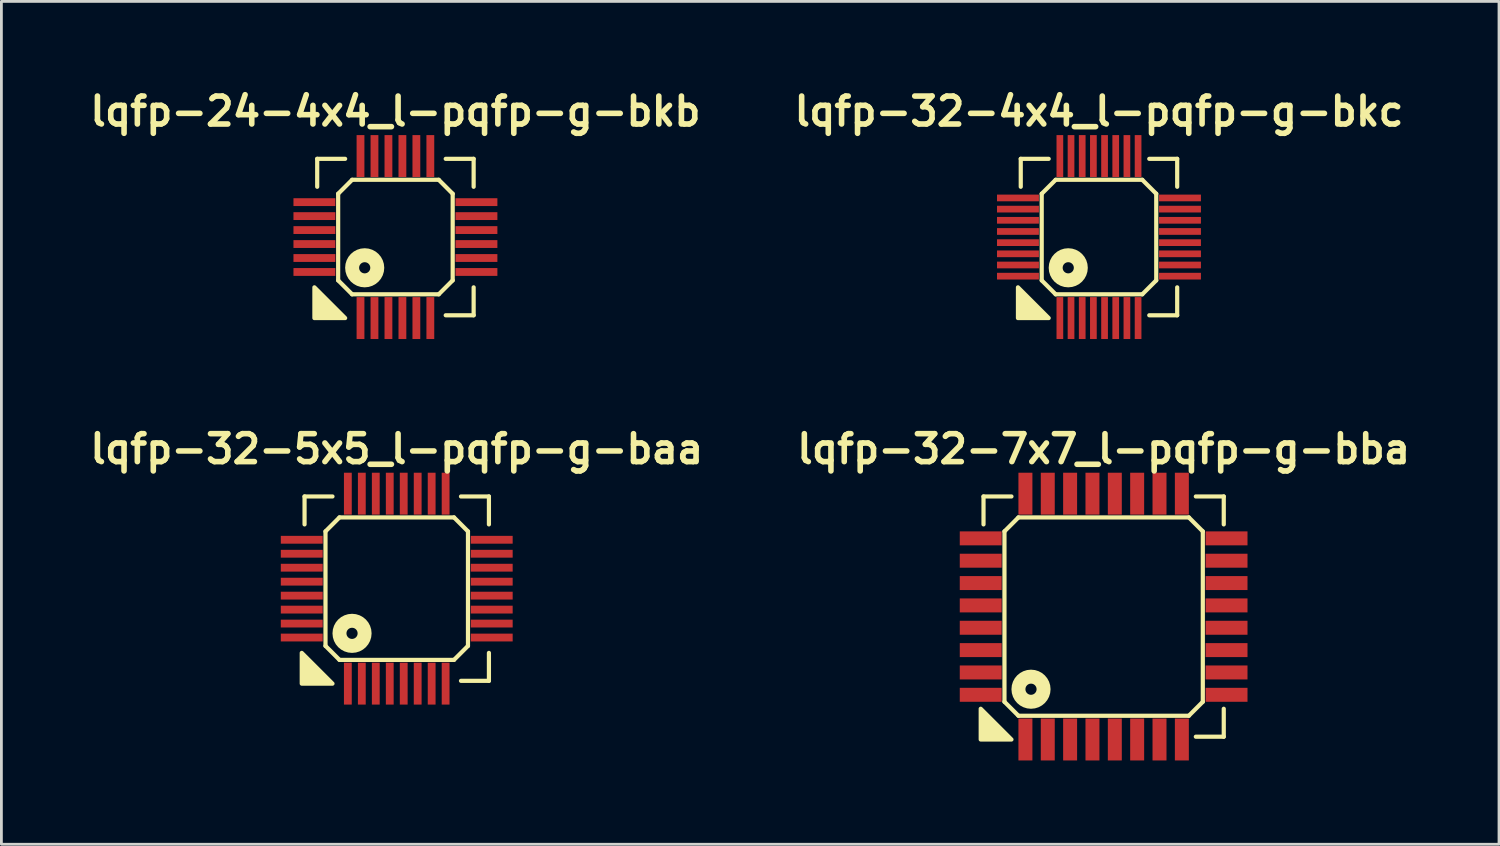
<source format=kicad_pcb>
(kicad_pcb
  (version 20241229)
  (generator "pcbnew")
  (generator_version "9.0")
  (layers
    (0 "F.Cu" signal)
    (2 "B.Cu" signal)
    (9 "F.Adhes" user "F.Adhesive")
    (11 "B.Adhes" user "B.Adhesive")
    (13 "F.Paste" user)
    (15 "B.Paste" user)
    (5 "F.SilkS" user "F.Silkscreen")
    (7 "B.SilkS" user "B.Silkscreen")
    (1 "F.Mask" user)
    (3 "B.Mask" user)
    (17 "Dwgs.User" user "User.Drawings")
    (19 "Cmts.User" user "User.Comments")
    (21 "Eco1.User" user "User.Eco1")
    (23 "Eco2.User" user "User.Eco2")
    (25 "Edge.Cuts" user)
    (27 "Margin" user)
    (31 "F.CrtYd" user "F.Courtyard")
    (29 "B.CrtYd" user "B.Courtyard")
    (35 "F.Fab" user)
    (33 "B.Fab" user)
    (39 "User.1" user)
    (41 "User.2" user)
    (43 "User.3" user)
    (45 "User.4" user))
  (footprint "lqfp-32-5x5_l-pqfp-g-baa"
    (layer "F.Cu")
    (at 11.152 18.022)
    (property "Reference" "lqfp-32-5x5_l-pqfp-g-baa" (at 0 -5 0) (layer "F.SilkS") (effects (font (size 1 1) (thickness 0.2))))
    (attr smd)
    (fp_line (start -3.3 -3.3) (end -2.3 -3.3) (stroke (width 0.15) (type solid)) (layer "F.SilkS"))
    (fp_line (start -3.3 -2.3) (end -3.3 -3.3) (stroke (width 0.15) (type solid)) (layer "F.SilkS"))
    (fp_line (start -2.55 -2.05) (end -2.05 -2.55) (stroke (width 0.15) (type solid)) (layer "F.SilkS"))
    (fp_line (start -2.55 2.05) (end -2.55 -2.05) (stroke (width 0.15) (type solid)) (layer "F.SilkS"))
    (fp_line (start -2.05 -2.55) (end 2.05 -2.55) (stroke (width 0.15) (type solid)) (layer "F.SilkS"))
    (fp_line (start -2.05 2.55) (end -2.55 2.05) (stroke (width 0.15) (type solid)) (layer "F.SilkS"))
    (fp_line (start 2.05 -2.55) (end 2.55 -2.05) (stroke (width 0.15) (type solid)) (layer "F.SilkS"))
    (fp_line (start 2.05 2.55) (end -2.05 2.55) (stroke (width 0.15) (type solid)) (layer "F.SilkS"))
    (fp_line (start 2.3 -3.3) (end 3.3 -3.3) (stroke (width 0.15) (type solid)) (layer "F.SilkS"))
    (fp_line (start 2.55 -2.05) (end 2.55 2.05) (stroke (width 0.15) (type solid)) (layer "F.SilkS"))
    (fp_line (start 2.55 2.05) (end 2.05 2.55) (stroke (width 0.15) (type solid)) (layer "F.SilkS"))
    (fp_line (start 3.3 -3.3) (end 3.3 -2.3) (stroke (width 0.15) (type solid)) (layer "F.SilkS"))
    (fp_line (start 3.3 2.3) (end 3.3 3.3) (stroke (width 0.15) (type solid)) (layer "F.SilkS"))
    (fp_line (start 3.3 3.3) (end 2.3 3.3) (stroke (width 0.15) (type solid)) (layer "F.SilkS"))
    (fp_circle (center -1.6 1.6) (end -1.4 1.6) (stroke (width 0.5) (type solid)) (fill no) (layer "F.SilkS"))
    (fp_poly (pts (xy -2.3 3.4) (xy -3.4 3.4) (xy -3.4 2.3)) (stroke (width 0.15) (type solid)) (fill yes) (layer "F.SilkS"))
    (pad "1" smd rect (at -1.75 3.4) (size 0.28 1.5) (layers "F.Cu" "F.Mask" "F.Paste"))
    (pad "2" smd rect (at -1.25 3.4) (size 0.28 1.5) (layers "F.Cu" "F.Mask" "F.Paste"))
    (pad "3" smd rect (at -0.75 3.4) (size 0.28 1.5) (layers "F.Cu" "F.Mask" "F.Paste"))
    (pad "4" smd rect (at -0.25 3.4) (size 0.28 1.5) (layers "F.Cu" "F.Mask" "F.Paste"))
    (pad "5" smd rect (at 0.25 3.4) (size 0.28 1.5) (layers "F.Cu" "F.Mask" "F.Paste"))
    (pad "6" smd rect (at 0.75 3.4) (size 0.28 1.5) (layers "F.Cu" "F.Mask" "F.Paste"))
    (pad "7" smd rect (at 1.25 3.4) (size 0.28 1.5) (layers "F.Cu" "F.Mask" "F.Paste"))
    (pad "8" smd rect (at 1.75 3.4) (size 0.28 1.5) (layers "F.Cu" "F.Mask" "F.Paste"))
    (pad "9" smd rect (at 3.4 1.75) (size 1.5 0.28) (layers "F.Cu" "F.Mask" "F.Paste"))
    (pad "10" smd rect (at 3.4 1.25) (size 1.5 0.28) (layers "F.Cu" "F.Mask" "F.Paste"))
    (pad "11" smd rect (at 3.4 0.75) (size 1.5 0.28) (layers "F.Cu" "F.Mask" "F.Paste"))
    (pad "12" smd rect (at 3.4 0.25) (size 1.5 0.28) (layers "F.Cu" "F.Mask" "F.Paste"))
    (pad "13" smd rect (at 3.4 -0.25) (size 1.5 0.28) (layers "F.Cu" "F.Mask" "F.Paste"))
    (pad "14" smd rect (at 3.4 -0.75) (size 1.5 0.28) (layers "F.Cu" "F.Mask" "F.Paste"))
    (pad "15" smd rect (at 3.4 -1.25) (size 1.5 0.28) (layers "F.Cu" "F.Mask" "F.Paste"))
    (pad "16" smd rect (at 3.4 -1.75) (size 1.5 0.28) (layers "F.Cu" "F.Mask" "F.Paste"))
    (pad "17" smd rect (at 1.75 -3.4) (size 0.28 1.5) (layers "F.Cu" "F.Mask" "F.Paste"))
    (pad "18" smd rect (at 1.25 -3.4) (size 0.28 1.5) (layers "F.Cu" "F.Mask" "F.Paste"))
    (pad "19" smd rect (at 0.75 -3.4) (size 0.28 1.5) (layers "F.Cu" "F.Mask" "F.Paste"))
    (pad "20" smd rect (at 0.25 -3.4) (size 0.28 1.5) (layers "F.Cu" "F.Mask" "F.Paste"))
    (pad "21" smd rect (at -0.25 -3.4) (size 0.28 1.5) (layers "F.Cu" "F.Mask" "F.Paste"))
    (pad "22" smd rect (at -0.75 -3.4) (size 0.28 1.5) (layers "F.Cu" "F.Mask" "F.Paste"))
    (pad "23" smd rect (at -1.25 -3.4) (size 0.28 1.5) (layers "F.Cu" "F.Mask" "F.Paste"))
    (pad "24" smd rect (at -1.75 -3.4) (size 0.28 1.5) (layers "F.Cu" "F.Mask" "F.Paste"))
    (pad "25" smd rect (at -3.4 -1.75) (size 1.5 0.28) (layers "F.Cu" "F.Mask" "F.Paste"))
    (pad "26" smd rect (at -3.4 -1.25) (size 1.5 0.28) (layers "F.Cu" "F.Mask" "F.Paste"))
    (pad "27" smd rect (at -3.4 -0.75) (size 1.5 0.28) (layers "F.Cu" "F.Mask" "F.Paste"))
    (pad "28" smd rect (at -3.4 -0.25) (size 1.5 0.28) (layers "F.Cu" "F.Mask" "F.Paste"))
    (pad "29" smd rect (at -3.4 0.25) (size 1.5 0.28) (layers "F.Cu" "F.Mask" "F.Paste"))
    (pad "30" smd rect (at -3.4 0.75) (size 1.5 0.28) (layers "F.Cu" "F.Mask" "F.Paste"))
    (pad "31" smd rect (at -3.4 1.25) (size 1.5 0.28) (layers "F.Cu" "F.Mask" "F.Paste"))
    (pad "32" smd rect (at -3.4 1.75) (size 1.5 0.28) (layers "F.Cu" "F.Mask" "F.Paste")))
  (footprint "lqfp-24-4x4_l-pqfp-g-bkb"
    (layer "F.Cu")
    (at 11.105 5.436)
    (property "Reference" "lqfp-24-4x4_l-pqfp-g-bkb" (at 0 -4.5 0) (layer "F.SilkS") (effects (font (size 1 1) (thickness 0.2))))
    (attr smd)
    (fp_line (start -2.8 -2.8) (end -1.8 -2.8) (stroke (width 0.15) (type solid)) (layer "F.SilkS"))
    (fp_line (start -2.8 -1.8) (end -2.8 -2.8) (stroke (width 0.15) (type solid)) (layer "F.SilkS"))
    (fp_line (start -2.05 -1.55) (end -1.55 -2.05) (stroke (width 0.15) (type solid)) (layer "F.SilkS"))
    (fp_line (start -2.05 1.55) (end -2.05 -1.55) (stroke (width 0.15) (type solid)) (layer "F.SilkS"))
    (fp_line (start -1.55 -2.05) (end 1.55 -2.05) (stroke (width 0.15) (type solid)) (layer "F.SilkS"))
    (fp_line (start -1.55 2.05) (end -2.05 1.55) (stroke (width 0.15) (type solid)) (layer "F.SilkS"))
    (fp_line (start 1.55 -2.05) (end 2.05 -1.55) (stroke (width 0.15) (type solid)) (layer "F.SilkS"))
    (fp_line (start 1.55 2.05) (end -1.55 2.05) (stroke (width 0.15) (type solid)) (layer "F.SilkS"))
    (fp_line (start 1.8 -2.8) (end 2.8 -2.8) (stroke (width 0.15) (type solid)) (layer "F.SilkS"))
    (fp_line (start 2.05 -1.55) (end 2.05 1.55) (stroke (width 0.15) (type solid)) (layer "F.SilkS"))
    (fp_line (start 2.05 1.55) (end 1.55 2.05) (stroke (width 0.15) (type solid)) (layer "F.SilkS"))
    (fp_line (start 2.8 -2.8) (end 2.8 -1.8) (stroke (width 0.15) (type solid)) (layer "F.SilkS"))
    (fp_line (start 2.8 1.8) (end 2.8 2.8) (stroke (width 0.15) (type solid)) (layer "F.SilkS"))
    (fp_line (start 2.8 2.8) (end 1.8 2.8) (stroke (width 0.15) (type solid)) (layer "F.SilkS"))
    (fp_circle (center -1.1 1.1) (end -0.9 1.1) (stroke (width 0.5) (type solid)) (fill no) (layer "F.SilkS"))
    (fp_poly (pts (xy -1.8 2.9) (xy -2.9 2.9) (xy -2.9 1.8)) (stroke (width 0.15) (type solid)) (fill yes) (layer "F.SilkS"))
    (pad "1" smd rect (at -1.25 2.9) (size 0.28 1.5) (layers "F.Cu" "F.Mask" "F.Paste"))
    (pad "2" smd rect (at -0.75 2.9) (size 0.28 1.5) (layers "F.Cu" "F.Mask" "F.Paste"))
    (pad "3" smd rect (at -0.25 2.9) (size 0.28 1.5) (layers "F.Cu" "F.Mask" "F.Paste"))
    (pad "4" smd rect (at 0.25 2.9) (size 0.28 1.5) (layers "F.Cu" "F.Mask" "F.Paste"))
    (pad "5" smd rect (at 0.75 2.9) (size 0.28 1.5) (layers "F.Cu" "F.Mask" "F.Paste"))
    (pad "6" smd rect (at 1.25 2.9) (size 0.28 1.5) (layers "F.Cu" "F.Mask" "F.Paste"))
    (pad "7" smd rect (at 2.9 1.25) (size 1.5 0.28) (layers "F.Cu" "F.Mask" "F.Paste"))
    (pad "8" smd rect (at 2.9 0.75) (size 1.5 0.28) (layers "F.Cu" "F.Mask" "F.Paste"))
    (pad "9" smd rect (at 2.9 0.25) (size 1.5 0.28) (layers "F.Cu" "F.Mask" "F.Paste"))
    (pad "10" smd rect (at 2.9 -0.25) (size 1.5 0.28) (layers "F.Cu" "F.Mask" "F.Paste"))
    (pad "11" smd rect (at 2.9 -0.75) (size 1.5 0.28) (layers "F.Cu" "F.Mask" "F.Paste"))
    (pad "12" smd rect (at 2.9 -1.25) (size 1.5 0.28) (layers "F.Cu" "F.Mask" "F.Paste"))
    (pad "13" smd rect (at 1.25 -2.9) (size 0.28 1.5) (layers "F.Cu" "F.Mask" "F.Paste"))
    (pad "14" smd rect (at 0.75 -2.9) (size 0.28 1.5) (layers "F.Cu" "F.Mask" "F.Paste"))
    (pad "15" smd rect (at 0.25 -2.9) (size 0.28 1.5) (layers "F.Cu" "F.Mask" "F.Paste"))
    (pad "16" smd rect (at -0.25 -2.9) (size 0.28 1.5) (layers "F.Cu" "F.Mask" "F.Paste"))
    (pad "17" smd rect (at -0.75 -2.9) (size 0.28 1.5) (layers "F.Cu" "F.Mask" "F.Paste"))
    (pad "18" smd rect (at -1.25 -2.9) (size 0.28 1.5) (layers "F.Cu" "F.Mask" "F.Paste"))
    (pad "19" smd rect (at -2.9 -1.25) (size 1.5 0.28) (layers "F.Cu" "F.Mask" "F.Paste"))
    (pad "20" smd rect (at -2.9 -0.75) (size 1.5 0.28) (layers "F.Cu" "F.Mask" "F.Paste"))
    (pad "21" smd rect (at -2.9 -0.25) (size 1.5 0.28) (layers "F.Cu" "F.Mask" "F.Paste"))
    (pad "22" smd rect (at -2.9 0.25) (size 1.5 0.28) (layers "F.Cu" "F.Mask" "F.Paste"))
    (pad "23" smd rect (at -2.9 0.75) (size 1.5 0.28) (layers "F.Cu" "F.Mask" "F.Paste"))
    (pad "24" smd rect (at -2.9 1.25) (size 1.5 0.28) (layers "F.Cu" "F.Mask" "F.Paste")))
  (footprint "lqfp-32-7x7_l-pqfp-g-bba"
    (layer "F.Cu")
    (at 36.457 19.022)
    (property "Reference" "lqfp-32-7x7_l-pqfp-g-bba" (at 0 -6 0) (layer "F.SilkS") (effects (font (size 1 1) (thickness 0.2))))
    (attr smd)
    (fp_line (start -4.3 -4.3) (end -3.3 -4.3) (stroke (width 0.15) (type solid)) (layer "F.SilkS"))
    (fp_line (start -4.3 -3.3) (end -4.3 -4.3) (stroke (width 0.15) (type solid)) (layer "F.SilkS"))
    (fp_line (start -3.55 -3.05) (end -3.05 -3.55) (stroke (width 0.15) (type solid)) (layer "F.SilkS"))
    (fp_line (start -3.55 3.05) (end -3.55 -3.05) (stroke (width 0.15) (type solid)) (layer "F.SilkS"))
    (fp_line (start -3.05 -3.55) (end 3.05 -3.55) (stroke (width 0.15) (type solid)) (layer "F.SilkS"))
    (fp_line (start -3.05 3.55) (end -3.55 3.05) (stroke (width 0.15) (type solid)) (layer "F.SilkS"))
    (fp_line (start 3.05 -3.55) (end 3.55 -3.05) (stroke (width 0.15) (type solid)) (layer "F.SilkS"))
    (fp_line (start 3.05 3.55) (end -3.05 3.55) (stroke (width 0.15) (type solid)) (layer "F.SilkS"))
    (fp_line (start 3.3 -4.3) (end 4.3 -4.3) (stroke (width 0.15) (type solid)) (layer "F.SilkS"))
    (fp_line (start 3.55 -3.05) (end 3.55 3.05) (stroke (width 0.15) (type solid)) (layer "F.SilkS"))
    (fp_line (start 3.55 3.05) (end 3.05 3.55) (stroke (width 0.15) (type solid)) (layer "F.SilkS"))
    (fp_line (start 4.3 -4.3) (end 4.3 -3.3) (stroke (width 0.15) (type solid)) (layer "F.SilkS"))
    (fp_line (start 4.3 3.3) (end 4.3 4.3) (stroke (width 0.15) (type solid)) (layer "F.SilkS"))
    (fp_line (start 4.3 4.3) (end 3.3 4.3) (stroke (width 0.15) (type solid)) (layer "F.SilkS"))
    (fp_circle (center -2.6 2.6) (end -2.4 2.6) (stroke (width 0.5) (type solid)) (fill no) (layer "F.SilkS"))
    (fp_poly (pts (xy -3.3 4.4) (xy -4.4 4.4) (xy -4.4 3.3)) (stroke (width 0.15) (type solid)) (fill yes) (layer "F.SilkS"))
    (pad "1" smd rect (at -2.8 4.4) (size 0.5 1.5) (layers "F.Cu" "F.Mask" "F.Paste"))
    (pad "2" smd rect (at -2 4.4) (size 0.5 1.5) (layers "F.Cu" "F.Mask" "F.Paste"))
    (pad "3" smd rect (at -1.2 4.4) (size 0.5 1.5) (layers "F.Cu" "F.Mask" "F.Paste"))
    (pad "4" smd rect (at -0.4 4.4) (size 0.5 1.5) (layers "F.Cu" "F.Mask" "F.Paste"))
    (pad "5" smd rect (at 0.4 4.4) (size 0.5 1.5) (layers "F.Cu" "F.Mask" "F.Paste"))
    (pad "6" smd rect (at 1.2 4.4) (size 0.5 1.5) (layers "F.Cu" "F.Mask" "F.Paste"))
    (pad "7" smd rect (at 2 4.4) (size 0.5 1.5) (layers "F.Cu" "F.Mask" "F.Paste"))
    (pad "8" smd rect (at 2.8 4.4) (size 0.5 1.5) (layers "F.Cu" "F.Mask" "F.Paste"))
    (pad "9" smd rect (at 4.4 2.8) (size 1.5 0.5) (layers "F.Cu" "F.Mask" "F.Paste"))
    (pad "10" smd rect (at 4.4 2) (size 1.5 0.5) (layers "F.Cu" "F.Mask" "F.Paste"))
    (pad "11" smd rect (at 4.4 1.2) (size 1.5 0.5) (layers "F.Cu" "F.Mask" "F.Paste"))
    (pad "12" smd rect (at 4.4 0.4) (size 1.5 0.5) (layers "F.Cu" "F.Mask" "F.Paste"))
    (pad "13" smd rect (at 4.4 -0.4) (size 1.5 0.5) (layers "F.Cu" "F.Mask" "F.Paste"))
    (pad "14" smd rect (at 4.4 -1.2) (size 1.5 0.5) (layers "F.Cu" "F.Mask" "F.Paste"))
    (pad "15" smd rect (at 4.4 -2) (size 1.5 0.5) (layers "F.Cu" "F.Mask" "F.Paste"))
    (pad "16" smd rect (at 4.4 -2.8) (size 1.5 0.5) (layers "F.Cu" "F.Mask" "F.Paste"))
    (pad "17" smd rect (at 2.8 -4.4) (size 0.5 1.5) (layers "F.Cu" "F.Mask" "F.Paste"))
    (pad "18" smd rect (at 2 -4.4) (size 0.5 1.5) (layers "F.Cu" "F.Mask" "F.Paste"))
    (pad "19" smd rect (at 1.2 -4.4) (size 0.5 1.5) (layers "F.Cu" "F.Mask" "F.Paste"))
    (pad "20" smd rect (at 0.4 -4.4) (size 0.5 1.5) (layers "F.Cu" "F.Mask" "F.Paste"))
    (pad "21" smd rect (at -0.4 -4.4) (size 0.5 1.5) (layers "F.Cu" "F.Mask" "F.Paste"))
    (pad "22" smd rect (at -1.2 -4.4) (size 0.5 1.5) (layers "F.Cu" "F.Mask" "F.Paste"))
    (pad "23" smd rect (at -2 -4.4) (size 0.5 1.5) (layers "F.Cu" "F.Mask" "F.Paste"))
    (pad "24" smd rect (at -2.8 -4.4) (size 0.5 1.5) (layers "F.Cu" "F.Mask" "F.Paste"))
    (pad "25" smd rect (at -4.4 -2.8) (size 1.5 0.5) (layers "F.Cu" "F.Mask" "F.Paste"))
    (pad "26" smd rect (at -4.4 -2) (size 1.5 0.5) (layers "F.Cu" "F.Mask" "F.Paste"))
    (pad "27" smd rect (at -4.4 -1.2) (size 1.5 0.5) (layers "F.Cu" "F.Mask" "F.Paste"))
    (pad "28" smd rect (at -4.4 -0.4) (size 1.5 0.5) (layers "F.Cu" "F.Mask" "F.Paste"))
    (pad "29" smd rect (at -4.4 0.4) (size 1.5 0.5) (layers "F.Cu" "F.Mask" "F.Paste"))
    (pad "30" smd rect (at -4.4 1.2) (size 1.5 0.5) (layers "F.Cu" "F.Mask" "F.Paste"))
    (pad "31" smd rect (at -4.4 2) (size 1.5 0.5) (layers "F.Cu" "F.Mask" "F.Paste"))
    (pad "32" smd rect (at -4.4 2.8) (size 1.5 0.5) (layers "F.Cu" "F.Mask" "F.Paste")))
  (footprint "lqfp-32-4x4_l-pqfp-g-bkc"
    (layer "F.Cu")
    (at 36.29 5.436)
    (property "Reference" "lqfp-32-4x4_l-pqfp-g-bkc" (at 0 -4.5 0) (layer "F.SilkS") (effects (font (size 1 1) (thickness 0.2))))
    (attr smd)
    (fp_line (start -2.8 -2.8) (end -1.8 -2.8) (stroke (width 0.15) (type solid)) (layer "F.SilkS"))
    (fp_line (start -2.8 -1.8) (end -2.8 -2.8) (stroke (width 0.15) (type solid)) (layer "F.SilkS"))
    (fp_line (start -2.05 -1.55) (end -1.55 -2.05) (stroke (width 0.15) (type solid)) (layer "F.SilkS"))
    (fp_line (start -2.05 1.55) (end -2.05 -1.55) (stroke (width 0.15) (type solid)) (layer "F.SilkS"))
    (fp_line (start -1.55 -2.05) (end 1.55 -2.05) (stroke (width 0.15) (type solid)) (layer "F.SilkS"))
    (fp_line (start -1.55 2.05) (end -2.05 1.55) (stroke (width 0.15) (type solid)) (layer "F.SilkS"))
    (fp_line (start 1.55 -2.05) (end 2.05 -1.55) (stroke (width 0.15) (type solid)) (layer "F.SilkS"))
    (fp_line (start 1.55 2.05) (end -1.55 2.05) (stroke (width 0.15) (type solid)) (layer "F.SilkS"))
    (fp_line (start 1.8 -2.8) (end 2.8 -2.8) (stroke (width 0.15) (type solid)) (layer "F.SilkS"))
    (fp_line (start 2.05 -1.55) (end 2.05 1.55) (stroke (width 0.15) (type solid)) (layer "F.SilkS"))
    (fp_line (start 2.05 1.55) (end 1.55 2.05) (stroke (width 0.15) (type solid)) (layer "F.SilkS"))
    (fp_line (start 2.8 -2.8) (end 2.8 -1.8) (stroke (width 0.15) (type solid)) (layer "F.SilkS"))
    (fp_line (start 2.8 1.8) (end 2.8 2.8) (stroke (width 0.15) (type solid)) (layer "F.SilkS"))
    (fp_line (start 2.8 2.8) (end 1.8 2.8) (stroke (width 0.15) (type solid)) (layer "F.SilkS"))
    (fp_circle (center -1.1 1.1) (end -0.9 1.1) (stroke (width 0.5) (type solid)) (fill no) (layer "F.SilkS"))
    (fp_poly (pts (xy -1.8 2.9) (xy -2.9 2.9) (xy -2.9 1.8)) (stroke (width 0.15) (type solid)) (fill yes) (layer "F.SilkS"))
    (pad "1" smd rect (at -1.4 2.9) (size 0.24 1.5) (layers "F.Cu" "F.Mask" "F.Paste"))
    (pad "2" smd rect (at -1 2.9) (size 0.24 1.5) (layers "F.Cu" "F.Mask" "F.Paste"))
    (pad "3" smd rect (at -0.6 2.9) (size 0.24 1.5) (layers "F.Cu" "F.Mask" "F.Paste"))
    (pad "4" smd rect (at -0.2 2.9) (size 0.24 1.5) (layers "F.Cu" "F.Mask" "F.Paste"))
    (pad "5" smd rect (at 0.2 2.9) (size 0.24 1.5) (layers "F.Cu" "F.Mask" "F.Paste"))
    (pad "6" smd rect (at 0.6 2.9) (size 0.24 1.5) (layers "F.Cu" "F.Mask" "F.Paste"))
    (pad "7" smd rect (at 1 2.9) (size 0.24 1.5) (layers "F.Cu" "F.Mask" "F.Paste"))
    (pad "8" smd rect (at 1.4 2.9) (size 0.24 1.5) (layers "F.Cu" "F.Mask" "F.Paste"))
    (pad "9" smd rect (at 2.9 1.4) (size 1.5 0.24) (layers "F.Cu" "F.Mask" "F.Paste"))
    (pad "10" smd rect (at 2.9 1) (size 1.5 0.24) (layers "F.Cu" "F.Mask" "F.Paste"))
    (pad "11" smd rect (at 2.9 0.6) (size 1.5 0.24) (layers "F.Cu" "F.Mask" "F.Paste"))
    (pad "12" smd rect (at 2.9 0.2) (size 1.5 0.24) (layers "F.Cu" "F.Mask" "F.Paste"))
    (pad "13" smd rect (at 2.9 -0.2) (size 1.5 0.24) (layers "F.Cu" "F.Mask" "F.Paste"))
    (pad "14" smd rect (at 2.9 -0.6) (size 1.5 0.24) (layers "F.Cu" "F.Mask" "F.Paste"))
    (pad "15" smd rect (at 2.9 -1) (size 1.5 0.24) (layers "F.Cu" "F.Mask" "F.Paste"))
    (pad "16" smd rect (at 2.9 -1.4) (size 1.5 0.24) (layers "F.Cu" "F.Mask" "F.Paste"))
    (pad "17" smd rect (at 1.4 -2.9) (size 0.24 1.5) (layers "F.Cu" "F.Mask" "F.Paste"))
    (pad "18" smd rect (at 1 -2.9) (size 0.24 1.5) (layers "F.Cu" "F.Mask" "F.Paste"))
    (pad "19" smd rect (at 0.6 -2.9) (size 0.24 1.5) (layers "F.Cu" "F.Mask" "F.Paste"))
    (pad "20" smd rect (at 0.2 -2.9) (size 0.24 1.5) (layers "F.Cu" "F.Mask" "F.Paste"))
    (pad "21" smd rect (at -0.2 -2.9) (size 0.24 1.5) (layers "F.Cu" "F.Mask" "F.Paste"))
    (pad "22" smd rect (at -0.6 -2.9) (size 0.24 1.5) (layers "F.Cu" "F.Mask" "F.Paste"))
    (pad "23" smd rect (at -1 -2.9) (size 0.24 1.5) (layers "F.Cu" "F.Mask" "F.Paste"))
    (pad "24" smd rect (at -1.4 -2.9) (size 0.24 1.5) (layers "F.Cu" "F.Mask" "F.Paste"))
    (pad "25" smd rect (at -2.9 -1.4) (size 1.5 0.24) (layers "F.Cu" "F.Mask" "F.Paste"))
    (pad "26" smd rect (at -2.9 -1) (size 1.5 0.24) (layers "F.Cu" "F.Mask" "F.Paste"))
    (pad "27" smd rect (at -2.9 -0.6) (size 1.5 0.24) (layers "F.Cu" "F.Mask" "F.Paste"))
    (pad "28" smd rect (at -2.9 -0.2) (size 1.5 0.24) (layers "F.Cu" "F.Mask" "F.Paste"))
    (pad "29" smd rect (at -2.9 0.2) (size 1.5 0.24) (layers "F.Cu" "F.Mask" "F.Paste"))
    (pad "30" smd rect (at -2.9 0.6) (size 1.5 0.24) (layers "F.Cu" "F.Mask" "F.Paste"))
    (pad "31" smd rect (at -2.9 1) (size 1.5 0.24) (layers "F.Cu" "F.Mask" "F.Paste"))
    (pad "32" smd rect (at -2.9 1.4) (size 1.5 0.24) (layers "F.Cu" "F.Mask" "F.Paste")))
  (gr_rect
    (start -3 -3)
    (end 50.61 27.172)
    (stroke (width 0.1) (type default))
    (fill no)
    (layer "Edge.Cuts")))
</source>
